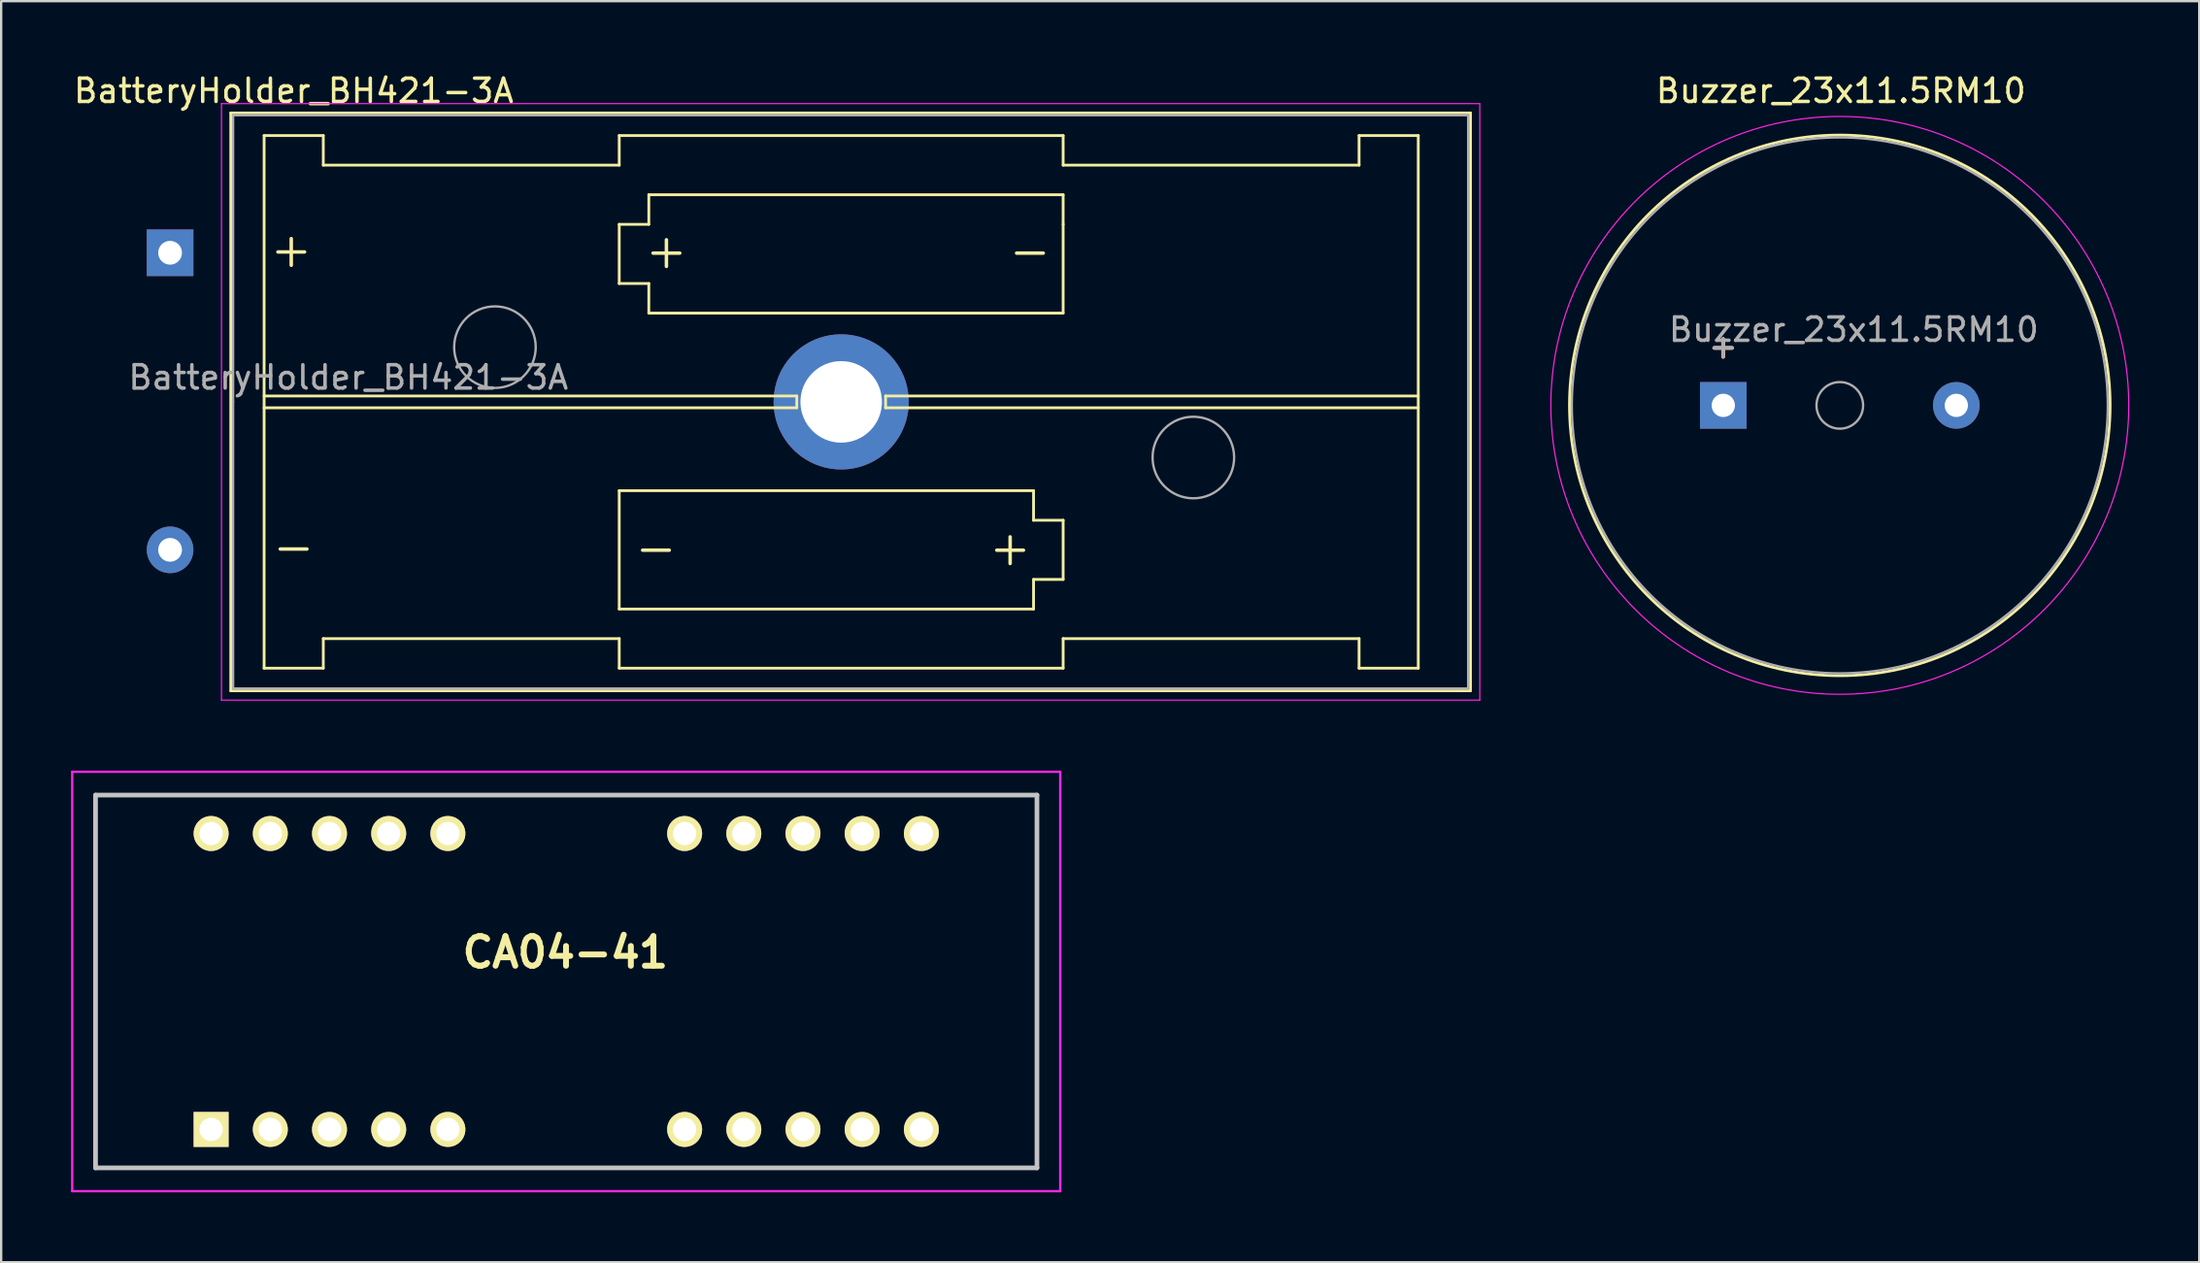
<source format=kicad_pcb>
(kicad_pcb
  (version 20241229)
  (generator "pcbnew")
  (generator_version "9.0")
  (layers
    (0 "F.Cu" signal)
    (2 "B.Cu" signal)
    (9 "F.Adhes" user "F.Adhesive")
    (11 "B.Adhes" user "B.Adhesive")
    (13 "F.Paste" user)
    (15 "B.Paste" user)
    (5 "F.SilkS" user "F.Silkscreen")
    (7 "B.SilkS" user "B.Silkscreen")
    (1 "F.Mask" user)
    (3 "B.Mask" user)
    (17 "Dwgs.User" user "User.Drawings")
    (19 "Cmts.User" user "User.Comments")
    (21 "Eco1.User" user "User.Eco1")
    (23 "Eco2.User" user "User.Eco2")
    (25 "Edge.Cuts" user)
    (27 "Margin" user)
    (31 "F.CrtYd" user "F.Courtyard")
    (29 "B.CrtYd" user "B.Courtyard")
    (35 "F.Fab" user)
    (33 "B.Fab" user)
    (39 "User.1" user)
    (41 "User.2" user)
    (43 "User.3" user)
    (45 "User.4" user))
  (footprint "CA04-41"
    (layer "F.Cu")
    (at 6.01 45.423)
    (property "Reference" "CA04-41" (at 15.2 -7.6 0) (layer "F.SilkS") (effects (font (size 1.27 1.27) (thickness 0.254))))
    (attr through_hole)
    (fp_line (start -4.96 -14.35) (end 35.44 -14.35) (stroke (width 0.1) (type solid)) (layer "F.SilkS"))
    (fp_line (start -4.96 1.65) (end -4.96 -14.35) (stroke (width 0.1) (type solid)) (layer "F.SilkS"))
    (fp_line (start 35.44 -14.35) (end 35.44 1.65) (stroke (width 0.1) (type solid)) (layer "F.SilkS"))
    (fp_line (start 35.44 1.65) (end -4.96 1.65) (stroke (width 0.1) (type solid)) (layer "F.SilkS"))
    (fp_line (start -4.96 -14.35) (end 35.44 -14.35) (stroke (width 0.2) (type solid)) (layer "Dwgs.User"))
    (fp_line (start -4.96 1.65) (end -4.96 -14.35) (stroke (width 0.2) (type solid)) (layer "Dwgs.User"))
    (fp_line (start 35.44 -14.35) (end 35.44 1.65) (stroke (width 0.2) (type solid)) (layer "Dwgs.User"))
    (fp_line (start 35.44 1.65) (end -4.96 1.65) (stroke (width 0.2) (type solid)) (layer "Dwgs.User"))
    (fp_line (start -5.96 -15.35) (end 36.44 -15.35) (stroke (width 0.1) (type solid)) (layer "F.CrtYd"))
    (fp_line (start -5.96 2.65) (end -5.96 -15.35) (stroke (width 0.1) (type solid)) (layer "F.CrtYd"))
    (fp_line (start 36.44 -15.35) (end 36.44 2.65) (stroke (width 0.1) (type solid)) (layer "F.CrtYd"))
    (fp_line (start 36.44 2.65) (end -5.96 2.65) (stroke (width 0.1) (type solid)) (layer "F.CrtYd"))
    (pad "1" thru_hole rect (at 0 0 90) (size 1.5 1.5) (drill 1) (layers "*.Cu" "*.Mask" "F.SilkS"))
    (pad "2" thru_hole circle (at 2.54 0 90) (size 1.5 1.5) (drill 1) (layers "*.Cu" "*.Mask" "F.SilkS"))
    (pad "3" thru_hole circle (at 5.08 0 90) (size 1.5 1.5) (drill 1) (layers "*.Cu" "*.Mask" "F.SilkS"))
    (pad "4" thru_hole circle (at 7.62 0 90) (size 1.5 1.5) (drill 1) (layers "*.Cu" "*.Mask" "F.SilkS"))
    (pad "5" thru_hole circle (at 10.16 0 90) (size 1.5 1.5) (drill 1) (layers "*.Cu" "*.Mask" "F.SilkS"))
    (pad "6" thru_hole circle (at 20.32 0 90) (size 1.5 1.5) (drill 1) (layers "*.Cu" "*.Mask" "F.SilkS"))
    (pad "7" thru_hole circle (at 22.86 0 90) (size 1.5 1.5) (drill 1) (layers "*.Cu" "*.Mask" "F.SilkS"))
    (pad "8" thru_hole circle (at 25.4 0 90) (size 1.5 1.5) (drill 1) (layers "*.Cu" "*.Mask" "F.SilkS"))
    (pad "9" thru_hole circle (at 27.94 0 90) (size 1.5 1.5) (drill 1) (layers "*.Cu" "*.Mask" "F.SilkS"))
    (pad "10" thru_hole circle (at 30.48 0 90) (size 1.5 1.5) (drill 1) (layers "*.Cu" "*.Mask" "F.SilkS"))
    (pad "11" thru_hole circle (at 30.48 -12.7 90) (size 1.5 1.5) (drill 1) (layers "*.Cu" "*.Mask" "F.SilkS"))
    (pad "12" thru_hole circle (at 27.94 -12.7 90) (size 1.5 1.5) (drill 1) (layers "*.Cu" "*.Mask" "F.SilkS"))
    (pad "13" thru_hole circle (at 25.4 -12.7 90) (size 1.5 1.5) (drill 1) (layers "*.Cu" "*.Mask" "F.SilkS"))
    (pad "14" thru_hole circle (at 22.86 -12.7 90) (size 1.5 1.5) (drill 1) (layers "*.Cu" "*.Mask" "F.SilkS"))
    (pad "15" thru_hole circle (at 20.32 -12.7 90) (size 1.5 1.5) (drill 1) (layers "*.Cu" "*.Mask" "F.SilkS"))
    (pad "16" thru_hole circle (at 10.16 -12.7 90) (size 1.5 1.5) (drill 1) (layers "*.Cu" "*.Mask" "F.SilkS"))
    (pad "17" thru_hole circle (at 7.62 -12.7 90) (size 1.5 1.5) (drill 1) (layers "*.Cu" "*.Mask" "F.SilkS"))
    (pad "18" thru_hole circle (at 5.08 -12.7 90) (size 1.5 1.5) (drill 1) (layers "*.Cu" "*.Mask" "F.SilkS"))
    (pad "19" thru_hole circle (at 2.54 -12.7 90) (size 1.5 1.5) (drill 1) (layers "*.Cu" "*.Mask" "F.SilkS"))
    (pad "20" thru_hole circle (at 0 -12.7 90) (size 1.5 1.5) (drill 1) (layers "*.Cu" "*.Mask" "F.SilkS")))
  (footprint "BatteryHolder_BH421-3A"
    (layer "F.Cu")
    (at 33.049 14.198)
    (property "Reference" "BatteryHolder_BH421-3A" (at -23.495 -13.35 180) (layer "F.SilkS") (effects (font (size 1 1) (thickness 0.15))))
    (attr through_hole)
    (fp_line (start -26.195 -12.4) (end -26.195 12.4) (stroke (width 0.12) (type solid)) (layer "F.SilkS"))
    (fp_line (start -26.195 12.4) (end 27.005 12.4) (stroke (width 0.12) (type solid)) (layer "F.SilkS"))
    (fp_line (start -24.765 -11.43) (end -24.765 11.43) (stroke (width 0.12) (type solid)) (layer "F.SilkS"))
    (fp_line (start -24.765 -0.254) (end -1.905 -0.254) (stroke (width 0.12) (type solid)) (layer "F.SilkS"))
    (fp_line (start -24.765 11.43) (end -22.225 11.43) (stroke (width 0.12) (type solid)) (layer "F.SilkS"))
    (fp_line (start -22.225 -11.43) (end -24.765 -11.43) (stroke (width 0.12) (type solid)) (layer "F.SilkS"))
    (fp_line (start -22.225 -10.16) (end -22.225 -11.43) (stroke (width 0.12) (type solid)) (layer "F.SilkS"))
    (fp_line (start -22.225 -10.16) (end -9.525 -10.16) (stroke (width 0.12) (type solid)) (layer "F.SilkS"))
    (fp_line (start -22.225 10.16) (end -9.525 10.16) (stroke (width 0.12) (type solid)) (layer "F.SilkS"))
    (fp_line (start -22.225 11.43) (end -22.225 10.16) (stroke (width 0.12) (type solid)) (layer "F.SilkS"))
    (fp_line (start -9.525 -11.43) (end -9.525 -10.16) (stroke (width 0.12) (type solid)) (layer "F.SilkS"))
    (fp_line (start -9.525 -7.62) (end -8.255 -7.62) (stroke (width 0.12) (type solid)) (layer "F.SilkS"))
    (fp_line (start -9.525 -5.08) (end -9.525 -7.62) (stroke (width 0.12) (type solid)) (layer "F.SilkS"))
    (fp_line (start -9.525 3.81) (end 8.255 3.81) (stroke (width 0.12) (type solid)) (layer "F.SilkS"))
    (fp_line (start -9.525 8.89) (end -9.525 3.81) (stroke (width 0.12) (type solid)) (layer "F.SilkS"))
    (fp_line (start -9.525 10.16) (end -9.525 11.43) (stroke (width 0.12) (type solid)) (layer "F.SilkS"))
    (fp_line (start -9.525 11.43) (end 9.525 11.43) (stroke (width 0.12) (type solid)) (layer "F.SilkS"))
    (fp_line (start -8.255 -8.89) (end 9.525 -8.89) (stroke (width 0.12) (type solid)) (layer "F.SilkS"))
    (fp_line (start -8.255 -7.62) (end -8.255 -8.89) (stroke (width 0.12) (type solid)) (layer "F.SilkS"))
    (fp_line (start -8.255 -5.08) (end -9.525 -5.08) (stroke (width 0.12) (type solid)) (layer "F.SilkS"))
    (fp_line (start -8.255 -3.81) (end -8.255 -5.08) (stroke (width 0.12) (type solid)) (layer "F.SilkS"))
    (fp_line (start -1.905 -0.254) (end -1.905 0.254) (stroke (width 0.12) (type solid)) (layer "F.SilkS"))
    (fp_line (start -1.905 0.254) (end -24.765 0.254) (stroke (width 0.12) (type solid)) (layer "F.SilkS"))
    (fp_line (start 1.905 -0.254) (end 1.905 0.254) (stroke (width 0.12) (type solid)) (layer "F.SilkS"))
    (fp_line (start 1.905 0.254) (end 24.765 0.254) (stroke (width 0.12) (type solid)) (layer "F.SilkS"))
    (fp_line (start 8.255 3.81) (end 8.255 5.08) (stroke (width 0.12) (type solid)) (layer "F.SilkS"))
    (fp_line (start 8.255 5.08) (end 9.525 5.08) (stroke (width 0.12) (type solid)) (layer "F.SilkS"))
    (fp_line (start 8.255 7.62) (end 8.255 8.89) (stroke (width 0.12) (type solid)) (layer "F.SilkS"))
    (fp_line (start 8.255 8.89) (end -9.525 8.89) (stroke (width 0.12) (type solid)) (layer "F.SilkS"))
    (fp_line (start 9.525 -11.43) (end -9.525 -11.43) (stroke (width 0.12) (type solid)) (layer "F.SilkS"))
    (fp_line (start 9.525 -10.16) (end 9.525 -11.43) (stroke (width 0.12) (type solid)) (layer "F.SilkS"))
    (fp_line (start 9.525 -8.89) (end 9.525 -7.62) (stroke (width 0.12) (type solid)) (layer "F.SilkS"))
    (fp_line (start 9.525 -7.62) (end 9.525 -3.81) (stroke (width 0.12) (type solid)) (layer "F.SilkS"))
    (fp_line (start 9.525 -3.81) (end -8.255 -3.81) (stroke (width 0.12) (type solid)) (layer "F.SilkS"))
    (fp_line (start 9.525 5.08) (end 9.525 7.62) (stroke (width 0.12) (type solid)) (layer "F.SilkS"))
    (fp_line (start 9.525 7.62) (end 8.255 7.62) (stroke (width 0.12) (type solid)) (layer "F.SilkS"))
    (fp_line (start 9.525 11.43) (end 9.525 10.16) (stroke (width 0.12) (type solid)) (layer "F.SilkS"))
    (fp_line (start 22.225 -11.43) (end 22.225 -10.16) (stroke (width 0.12) (type solid)) (layer "F.SilkS"))
    (fp_line (start 22.225 -10.16) (end 9.525 -10.16) (stroke (width 0.12) (type solid)) (layer "F.SilkS"))
    (fp_line (start 22.225 10.16) (end 9.525 10.16) (stroke (width 0.12) (type solid)) (layer "F.SilkS"))
    (fp_line (start 22.225 11.43) (end 22.225 10.16) (stroke (width 0.12) (type solid)) (layer "F.SilkS"))
    (fp_line (start 24.765 -11.43) (end 22.225 -11.43) (stroke (width 0.12) (type solid)) (layer "F.SilkS"))
    (fp_line (start 24.765 -11.43) (end 24.765 11.43) (stroke (width 0.12) (type solid)) (layer "F.SilkS"))
    (fp_line (start 24.765 -0.254) (end 1.905 -0.254) (stroke (width 0.12) (type solid)) (layer "F.SilkS"))
    (fp_line (start 24.765 11.43) (end 22.225 11.43) (stroke (width 0.12) (type solid)) (layer "F.SilkS"))
    (fp_line (start 27.005 -12.4) (end -26.195 -12.4) (stroke (width 0.12) (type solid)) (layer "F.SilkS"))
    (fp_line (start 27.005 12.4) (end 27.005 -12.4) (stroke (width 0.12) (type solid)) (layer "F.SilkS"))
    (fp_line (start -26.595 -12.8) (end -26.595 12.8) (stroke (width 0.05) (type solid)) (layer "F.CrtYd"))
    (fp_line (start -26.595 12.8) (end 27.405 12.8) (stroke (width 0.05) (type solid)) (layer "F.CrtYd"))
    (fp_line (start 27.405 -12.8) (end -26.595 -12.8) (stroke (width 0.05) (type solid)) (layer "F.CrtYd"))
    (fp_line (start 27.405 12.8) (end 27.405 -12.8) (stroke (width 0.05) (type solid)) (layer "F.CrtYd"))
    (fp_line (start -26.095 -12.3) (end 26.905 -12.3) (stroke (width 0.1) (type solid)) (layer "F.Fab"))
    (fp_line (start -26.095 0) (end -26.095 -12.3) (stroke (width 0.1) (type solid)) (layer "F.Fab"))
    (fp_line (start -26.095 12.3) (end -26.095 0) (stroke (width 0.1) (type solid)) (layer "F.Fab"))
    (fp_line (start -26.095 12.3) (end 26.905 12.3) (stroke (width 0.1) (type solid)) (layer "F.Fab"))
    (fp_line (start 26.905 12.3) (end 26.905 -12.3) (stroke (width 0.1) (type solid)) (layer "F.Fab"))
    (fp_circle (center -14.859 -2.349) (end -13.109 -2.349) (stroke (width 0.1) (type solid)) (fill no) (layer "F.Fab"))
    (fp_circle (center 15.113 2.388) (end 16.863 2.388) (stroke (width 0.1) (type solid)) (fill no) (layer "F.Fab"))
    (fp_text user "-" (at -23.5 6.2 0) (layer "F.SilkS") (effects (font (size 1.5 1.5) (thickness 0.15))))
    (fp_text user "+" (at 7.25 6.25 0) (layer "F.SilkS") (effects (font (size 1.5 1.5) (thickness 0.15))))
    (fp_text user "+" (at -7.5 -6.5 0) (layer "F.SilkS") (effects (font (size 1.5 1.5) (thickness 0.15))))
    (fp_text user "-" (at 8.1 -6.5 0) (layer "F.SilkS") (effects (font (size 1.5 1.5) (thickness 0.15))))
    (fp_text user "+" (at -23.6 -6.55 0) (layer "F.SilkS") (effects (font (size 1.5 1.5) (thickness 0.15))))
    (fp_text user "-" (at -7.95 6.25 0) (layer "F.SilkS") (effects (font (size 1.5 1.5) (thickness 0.15))))
    (fp_text user "${REFERENCE}" (at -21.15 -1.05 0) (layer "F.Fab") (effects (font (size 1 1) (thickness 0.15))))
    (pad "" thru_hole circle (at 0 0) (size 5.8 5.8) (drill 3.5) (layers "*.Cu" "*.Mask"))
    (pad "1" thru_hole rect (at -28.8 -6.4) (size 2 2) (drill 1.02) (layers "*.Cu" "*.Mask"))
    (pad "2" thru_hole circle (at -28.8 6.35) (size 2 2) (drill 1.02) (layers "*.Cu" "*.Mask")))
  (footprint "Buzzer_23x11.5RM10"
    (layer "F.Cu")
    (at 70.904 14.348)
    (property "Reference" "Buzzer_23x11.5RM10" (at 5.05 -13.5 0) (layer "F.SilkS") (effects (font (size 1 1) (thickness 0.15))))
    (attr through_hole)
    (fp_circle (center 5 0) (end 16.6 0) (stroke (width 0.12) (type solid)) (fill no) (layer "F.SilkS"))
    (fp_circle (center 5 0) (end 17.4 0) (stroke (width 0.05) (type solid)) (fill no) (layer "F.CrtYd"))
    (fp_circle (center 5 0) (end 6 0) (stroke (width 0.1) (type solid)) (fill no) (layer "F.Fab"))
    (fp_circle (center 5 0) (end 16.5 0) (stroke (width 0.1) (type solid)) (fill no) (layer "F.Fab"))
    (fp_text user "+" (at -0.01 -2.54 0) (layer "F.SilkS") (effects (font (size 1 1) (thickness 0.15))))
    (fp_text user "+" (at 0 -2.54 0) (layer "B.SilkS") (effects (font (size 1 1) (thickness 0.15)) (justify mirror)))
    (fp_text user "+" (at -0.01 -2.54 0) (layer "F.Fab") (effects (font (size 1 1) (thickness 0.15))))
    (fp_text user "${REFERENCE}" (at 5.6 -3.25 0) (layer "F.Fab") (effects (font (size 1 1) (thickness 0.15))))
    (pad "1" thru_hole rect (at 0 0) (size 2 2) (drill 1) (layers "*.Cu" "*.Mask"))
    (pad "2" thru_hole circle (at 10 0) (size 2 2) (drill 1) (layers "*.Cu" "*.Mask")))
  (gr_rect
    (start -3 -3)
    (end 91.329 51.123)
    (stroke (width 0.1) (type default))
    (fill no)
    (layer "Edge.Cuts")))
</source>
